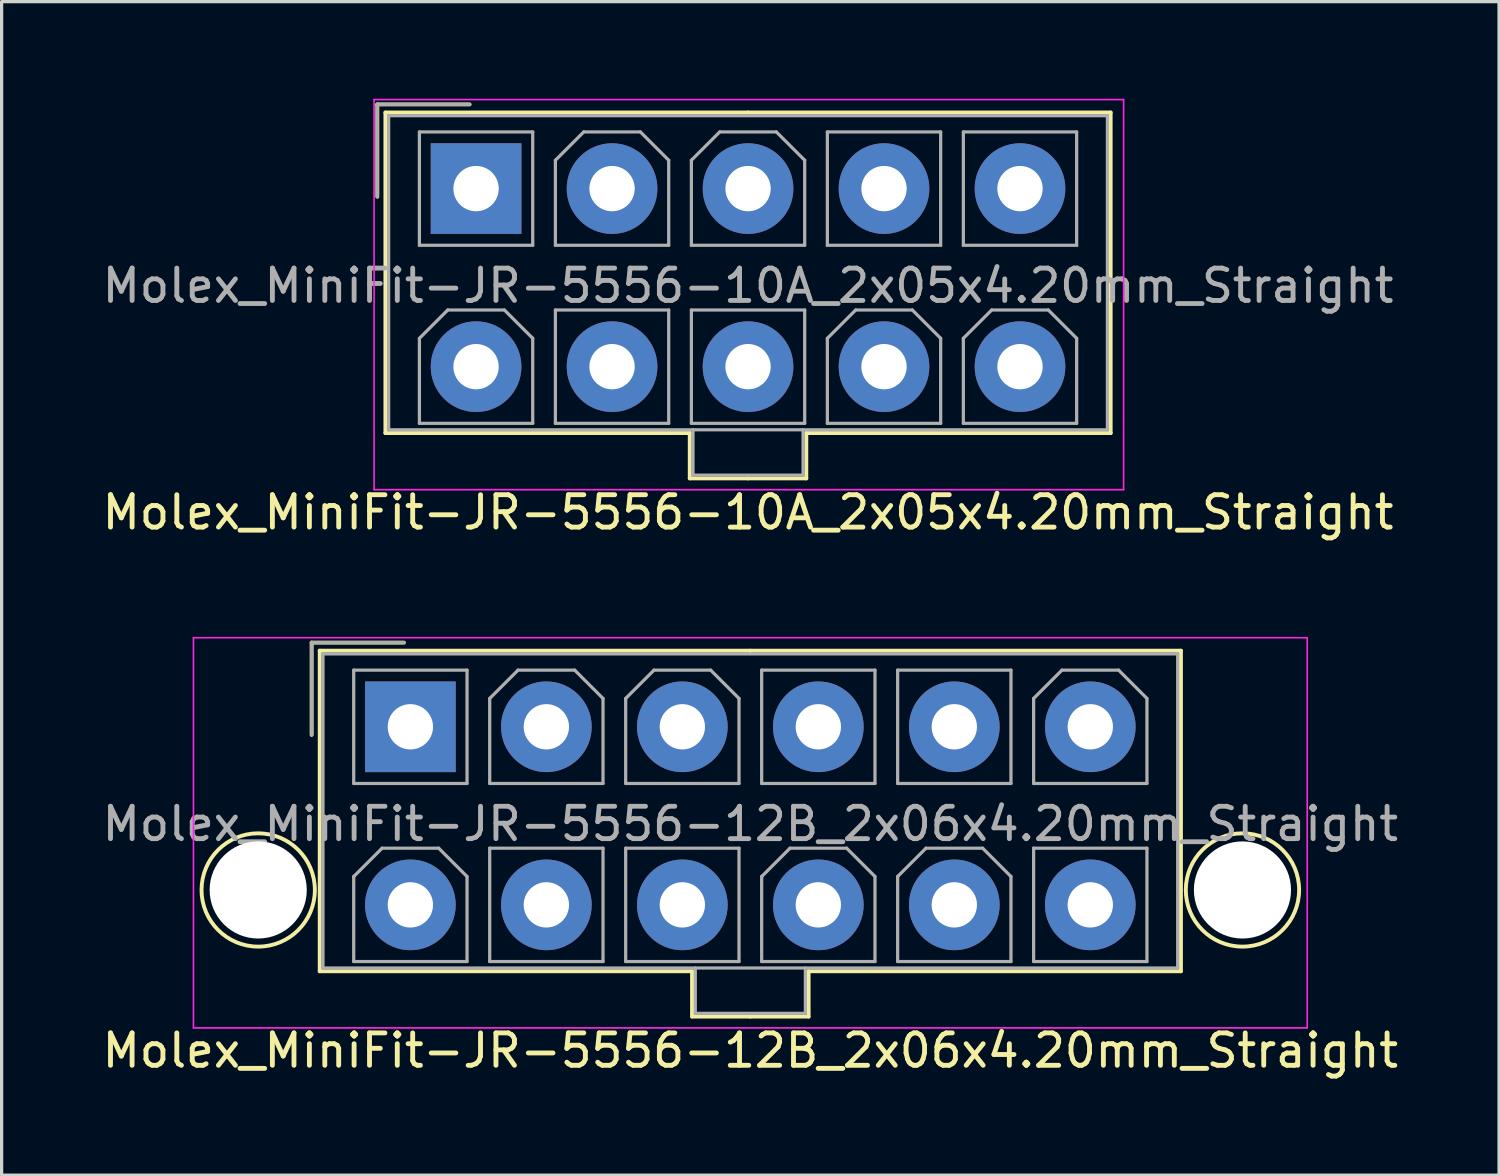
<source format=kicad_pcb>
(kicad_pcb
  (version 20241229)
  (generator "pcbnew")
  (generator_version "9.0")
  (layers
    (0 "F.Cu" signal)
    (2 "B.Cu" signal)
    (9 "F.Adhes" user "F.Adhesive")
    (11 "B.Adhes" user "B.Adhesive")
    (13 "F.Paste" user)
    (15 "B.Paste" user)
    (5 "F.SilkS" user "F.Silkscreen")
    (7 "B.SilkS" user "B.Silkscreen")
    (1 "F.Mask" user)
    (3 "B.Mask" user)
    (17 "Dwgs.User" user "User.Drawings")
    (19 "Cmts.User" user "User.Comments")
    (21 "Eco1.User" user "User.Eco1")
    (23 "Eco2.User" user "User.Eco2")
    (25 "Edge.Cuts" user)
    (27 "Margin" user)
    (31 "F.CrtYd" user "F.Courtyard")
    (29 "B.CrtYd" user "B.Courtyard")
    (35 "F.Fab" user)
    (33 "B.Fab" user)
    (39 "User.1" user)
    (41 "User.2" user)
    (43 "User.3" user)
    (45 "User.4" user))
  (footprint "Molex_MiniFit-JR-5556-12B_2x06x4.20mm_Straight"
    (layer "F.Cu")
    (at 9.625 19.398)
    (property "Reference" "Molex_MiniFit-JR-5556-12B_2x06x4.20mm_Straight" (at 10.5 10 0) (layer "F.SilkS") (effects (font (size 1 1) (thickness 0.15))))
    (attr through_hole)
    (fp_line (start -3.05 -2.6) (end -3.05 0.25) (stroke (width 0.12) (type solid)) (layer "F.SilkS"))
    (fp_line (start -2.8 -2.35) (end -2.8 7.55) (stroke (width 0.12) (type solid)) (layer "F.SilkS"))
    (fp_line (start -2.8 7.55) (end 8.7 7.55) (stroke (width 0.12) (type solid)) (layer "F.SilkS"))
    (fp_line (start -0.2 -2.6) (end -3.05 -2.6) (stroke (width 0.12) (type solid)) (layer "F.SilkS"))
    (fp_line (start 8.7 7.55) (end 8.7 8.95) (stroke (width 0.12) (type solid)) (layer "F.SilkS"))
    (fp_line (start 8.7 8.95) (end 10.5 8.95) (stroke (width 0.12) (type solid)) (layer "F.SilkS"))
    (fp_line (start 10.5 -2.35) (end -2.8 -2.35) (stroke (width 0.12) (type solid)) (layer "F.SilkS"))
    (fp_line (start 10.5 -2.35) (end 23.8 -2.35) (stroke (width 0.12) (type solid)) (layer "F.SilkS"))
    (fp_line (start 12.3 7.55) (end 12.3 8.95) (stroke (width 0.12) (type solid)) (layer "F.SilkS"))
    (fp_line (start 12.3 8.95) (end 10.5 8.95) (stroke (width 0.12) (type solid)) (layer "F.SilkS"))
    (fp_line (start 23.8 -2.35) (end 23.8 7.55) (stroke (width 0.12) (type solid)) (layer "F.SilkS"))
    (fp_line (start 23.8 7.55) (end 12.3 7.55) (stroke (width 0.12) (type solid)) (layer "F.SilkS"))
    (fp_circle (center -4.7 5.04) (end -2.95 5.04) (stroke (width 0.12) (type solid)) (fill no) (layer "F.SilkS"))
    (fp_circle (center 25.7 5.04) (end 27.45 5.04) (stroke (width 0.12) (type solid)) (fill no) (layer "F.SilkS"))
    (fp_line (start -6.7 -2.75) (end -6.7 9.3) (stroke (width 0.05) (type solid)) (layer "F.CrtYd"))
    (fp_line (start -6.7 9.3) (end 27.7 9.3) (stroke (width 0.05) (type solid)) (layer "F.CrtYd"))
    (fp_line (start 27.7 -2.75) (end -6.7 -2.75) (stroke (width 0.05) (type solid)) (layer "F.CrtYd"))
    (fp_line (start 27.7 9.3) (end 27.7 -2.75) (stroke (width 0.05) (type solid)) (layer "F.CrtYd"))
    (fp_line (start -3.05 -2.6) (end -3.05 0.25) (stroke (width 0.1) (type solid)) (layer "F.Fab"))
    (fp_line (start -2.7 -2.25) (end -2.7 7.45) (stroke (width 0.1) (type solid)) (layer "F.Fab"))
    (fp_line (start -2.7 7.45) (end 23.7 7.45) (stroke (width 0.1) (type solid)) (layer "F.Fab"))
    (fp_line (start -1.75 -1.75) (end -1.75 1.75) (stroke (width 0.1) (type solid)) (layer "F.Fab"))
    (fp_line (start -1.75 1.75) (end 1.75 1.75) (stroke (width 0.1) (type solid)) (layer "F.Fab"))
    (fp_line (start -1.75 4.625) (end -0.875 3.75) (stroke (width 0.1) (type solid)) (layer "F.Fab"))
    (fp_line (start -1.75 7.25) (end -1.75 4.625) (stroke (width 0.1) (type solid)) (layer "F.Fab"))
    (fp_line (start -0.875 3.75) (end 0.875 3.75) (stroke (width 0.1) (type solid)) (layer "F.Fab"))
    (fp_line (start -0.2 -2.6) (end -3.05 -2.6) (stroke (width 0.1) (type solid)) (layer "F.Fab"))
    (fp_line (start 0.875 3.75) (end 1.75 4.625) (stroke (width 0.1) (type solid)) (layer "F.Fab"))
    (fp_line (start 1.75 -1.75) (end -1.75 -1.75) (stroke (width 0.1) (type solid)) (layer "F.Fab"))
    (fp_line (start 1.75 1.75) (end 1.75 -1.75) (stroke (width 0.1) (type solid)) (layer "F.Fab"))
    (fp_line (start 1.75 4.625) (end 1.75 7.25) (stroke (width 0.1) (type solid)) (layer "F.Fab"))
    (fp_line (start 1.75 7.25) (end -1.75 7.25) (stroke (width 0.1) (type solid)) (layer "F.Fab"))
    (fp_line (start 2.45 -0.875) (end 3.325 -1.75) (stroke (width 0.1) (type solid)) (layer "F.Fab"))
    (fp_line (start 2.45 1.75) (end 2.45 -0.875) (stroke (width 0.1) (type solid)) (layer "F.Fab"))
    (fp_line (start 2.45 3.75) (end 2.45 7.25) (stroke (width 0.1) (type solid)) (layer "F.Fab"))
    (fp_line (start 2.45 7.25) (end 5.95 7.25) (stroke (width 0.1) (type solid)) (layer "F.Fab"))
    (fp_line (start 3.325 -1.75) (end 5.075 -1.75) (stroke (width 0.1) (type solid)) (layer "F.Fab"))
    (fp_line (start 5.075 -1.75) (end 5.95 -0.875) (stroke (width 0.1) (type solid)) (layer "F.Fab"))
    (fp_line (start 5.95 -0.875) (end 5.95 1.75) (stroke (width 0.1) (type solid)) (layer "F.Fab"))
    (fp_line (start 5.95 1.75) (end 2.45 1.75) (stroke (width 0.1) (type solid)) (layer "F.Fab"))
    (fp_line (start 5.95 3.75) (end 2.45 3.75) (stroke (width 0.1) (type solid)) (layer "F.Fab"))
    (fp_line (start 5.95 7.25) (end 5.95 3.75) (stroke (width 0.1) (type solid)) (layer "F.Fab"))
    (fp_line (start 6.65 -0.875) (end 7.525 -1.75) (stroke (width 0.1) (type solid)) (layer "F.Fab"))
    (fp_line (start 6.65 1.75) (end 6.65 -0.875) (stroke (width 0.1) (type solid)) (layer "F.Fab"))
    (fp_line (start 6.65 3.75) (end 6.65 7.25) (stroke (width 0.1) (type solid)) (layer "F.Fab"))
    (fp_line (start 6.65 7.25) (end 10.15 7.25) (stroke (width 0.1) (type solid)) (layer "F.Fab"))
    (fp_line (start 7.525 -1.75) (end 9.275 -1.75) (stroke (width 0.1) (type solid)) (layer "F.Fab"))
    (fp_line (start 8.8 7.45) (end 8.8 8.85) (stroke (width 0.1) (type solid)) (layer "F.Fab"))
    (fp_line (start 8.8 8.85) (end 12.2 8.85) (stroke (width 0.1) (type solid)) (layer "F.Fab"))
    (fp_line (start 9.275 -1.75) (end 10.15 -0.875) (stroke (width 0.1) (type solid)) (layer "F.Fab"))
    (fp_line (start 10.15 -0.875) (end 10.15 1.75) (stroke (width 0.1) (type solid)) (layer "F.Fab"))
    (fp_line (start 10.15 1.75) (end 6.65 1.75) (stroke (width 0.1) (type solid)) (layer "F.Fab"))
    (fp_line (start 10.15 3.75) (end 6.65 3.75) (stroke (width 0.1) (type solid)) (layer "F.Fab"))
    (fp_line (start 10.15 7.25) (end 10.15 3.75) (stroke (width 0.1) (type solid)) (layer "F.Fab"))
    (fp_line (start 10.85 -1.75) (end 10.85 1.75) (stroke (width 0.1) (type solid)) (layer "F.Fab"))
    (fp_line (start 10.85 1.75) (end 14.35 1.75) (stroke (width 0.1) (type solid)) (layer "F.Fab"))
    (fp_line (start 10.85 4.625) (end 11.725 3.75) (stroke (width 0.1) (type solid)) (layer "F.Fab"))
    (fp_line (start 10.85 7.25) (end 10.85 4.625) (stroke (width 0.1) (type solid)) (layer "F.Fab"))
    (fp_line (start 11.725 3.75) (end 13.475 3.75) (stroke (width 0.1) (type solid)) (layer "F.Fab"))
    (fp_line (start 12.2 8.85) (end 12.2 7.45) (stroke (width 0.1) (type solid)) (layer "F.Fab"))
    (fp_line (start 13.475 3.75) (end 14.35 4.625) (stroke (width 0.1) (type solid)) (layer "F.Fab"))
    (fp_line (start 14.35 -1.75) (end 10.85 -1.75) (stroke (width 0.1) (type solid)) (layer "F.Fab"))
    (fp_line (start 14.35 1.75) (end 14.35 -1.75) (stroke (width 0.1) (type solid)) (layer "F.Fab"))
    (fp_line (start 14.35 4.625) (end 14.35 7.25) (stroke (width 0.1) (type solid)) (layer "F.Fab"))
    (fp_line (start 14.35 7.25) (end 10.85 7.25) (stroke (width 0.1) (type solid)) (layer "F.Fab"))
    (fp_line (start 15.05 -1.75) (end 15.05 1.75) (stroke (width 0.1) (type solid)) (layer "F.Fab"))
    (fp_line (start 15.05 1.75) (end 18.55 1.75) (stroke (width 0.1) (type solid)) (layer "F.Fab"))
    (fp_line (start 15.05 4.625) (end 15.925 3.75) (stroke (width 0.1) (type solid)) (layer "F.Fab"))
    (fp_line (start 15.05 7.25) (end 15.05 4.625) (stroke (width 0.1) (type solid)) (layer "F.Fab"))
    (fp_line (start 15.925 3.75) (end 17.675 3.75) (stroke (width 0.1) (type solid)) (layer "F.Fab"))
    (fp_line (start 17.675 3.75) (end 18.55 4.625) (stroke (width 0.1) (type solid)) (layer "F.Fab"))
    (fp_line (start 18.55 -1.75) (end 15.05 -1.75) (stroke (width 0.1) (type solid)) (layer "F.Fab"))
    (fp_line (start 18.55 1.75) (end 18.55 -1.75) (stroke (width 0.1) (type solid)) (layer "F.Fab"))
    (fp_line (start 18.55 4.625) (end 18.55 7.25) (stroke (width 0.1) (type solid)) (layer "F.Fab"))
    (fp_line (start 18.55 7.25) (end 15.05 7.25) (stroke (width 0.1) (type solid)) (layer "F.Fab"))
    (fp_line (start 19.25 -0.875) (end 20.125 -1.75) (stroke (width 0.1) (type solid)) (layer "F.Fab"))
    (fp_line (start 19.25 1.75) (end 19.25 -0.875) (stroke (width 0.1) (type solid)) (layer "F.Fab"))
    (fp_line (start 19.25 3.75) (end 19.25 7.25) (stroke (width 0.1) (type solid)) (layer "F.Fab"))
    (fp_line (start 19.25 7.25) (end 22.75 7.25) (stroke (width 0.1) (type solid)) (layer "F.Fab"))
    (fp_line (start 20.125 -1.75) (end 21.875 -1.75) (stroke (width 0.1) (type solid)) (layer "F.Fab"))
    (fp_line (start 21.875 -1.75) (end 22.75 -0.875) (stroke (width 0.1) (type solid)) (layer "F.Fab"))
    (fp_line (start 22.75 -0.875) (end 22.75 1.75) (stroke (width 0.1) (type solid)) (layer "F.Fab"))
    (fp_line (start 22.75 1.75) (end 19.25 1.75) (stroke (width 0.1) (type solid)) (layer "F.Fab"))
    (fp_line (start 22.75 3.75) (end 19.25 3.75) (stroke (width 0.1) (type solid)) (layer "F.Fab"))
    (fp_line (start 22.75 7.25) (end 22.75 3.75) (stroke (width 0.1) (type solid)) (layer "F.Fab"))
    (fp_line (start 23.7 -2.25) (end -2.7 -2.25) (stroke (width 0.1) (type solid)) (layer "F.Fab"))
    (fp_line (start 23.7 7.45) (end 23.7 -2.25) (stroke (width 0.1) (type solid)) (layer "F.Fab"))
    (fp_text user "${REFERENCE}" (at 10.5 3 0) (layer "F.Fab") (effects (font (size 1 1) (thickness 0.15))))
    (pad "" np_thru_hole circle (at -4.7 5.04) (size 3 3) (drill 3) (layers "*.Cu" "*.Mask"))
    (pad "" np_thru_hole circle (at 25.7 5.04) (size 3 3) (drill 3) (layers "*.Cu" "*.Mask"))
    (pad "1" thru_hole rect (at 0 0) (size 2.8 2.8) (drill 1.4) (layers "*.Cu" "*.Mask"))
    (pad "2" thru_hole circle (at 4.2 0) (size 2.8 2.8) (drill 1.4) (layers "*.Cu" "*.Mask"))
    (pad "3" thru_hole circle (at 8.4 0) (size 2.8 2.8) (drill 1.4) (layers "*.Cu" "*.Mask"))
    (pad "4" thru_hole circle (at 12.6 0) (size 2.8 2.8) (drill 1.4) (layers "*.Cu" "*.Mask"))
    (pad "5" thru_hole circle (at 16.8 0) (size 2.8 2.8) (drill 1.4) (layers "*.Cu" "*.Mask"))
    (pad "6" thru_hole circle (at 21 0) (size 2.8 2.8) (drill 1.4) (layers "*.Cu" "*.Mask"))
    (pad "7" thru_hole circle (at 0 5.5) (size 2.8 2.8) (drill 1.4) (layers "*.Cu" "*.Mask"))
    (pad "8" thru_hole circle (at 4.2 5.5) (size 2.8 2.8) (drill 1.4) (layers "*.Cu" "*.Mask"))
    (pad "9" thru_hole circle (at 8.4 5.5) (size 2.8 2.8) (drill 1.4) (layers "*.Cu" "*.Mask"))
    (pad "10" thru_hole circle (at 12.6 5.5) (size 2.8 2.8) (drill 1.4) (layers "*.Cu" "*.Mask"))
    (pad "11" thru_hole circle (at 16.8 5.5) (size 2.8 2.8) (drill 1.4) (layers "*.Cu" "*.Mask"))
    (pad "12" thru_hole circle (at 21 5.5) (size 2.8 2.8) (drill 1.4) (layers "*.Cu" "*.Mask")))
  (footprint "Molex_MiniFit-JR-5556-10A_2x05x4.20mm_Straight"
    (layer "F.Cu")
    (at 11.654 2.775)
    (property "Reference" "Molex_MiniFit-JR-5556-10A_2x05x4.20mm_Straight" (at 8.4 10 0) (layer "F.SilkS") (effects (font (size 1 1) (thickness 0.15))))
    (attr through_hole)
    (fp_line (start -3.05 -2.6) (end -3.05 0.25) (stroke (width 0.12) (type solid)) (layer "F.SilkS"))
    (fp_line (start -2.8 -2.35) (end -2.8 7.55) (stroke (width 0.12) (type solid)) (layer "F.SilkS"))
    (fp_line (start -2.8 7.55) (end 6.6 7.55) (stroke (width 0.12) (type solid)) (layer "F.SilkS"))
    (fp_line (start -0.2 -2.6) (end -3.05 -2.6) (stroke (width 0.12) (type solid)) (layer "F.SilkS"))
    (fp_line (start 6.6 7.55) (end 6.6 8.95) (stroke (width 0.12) (type solid)) (layer "F.SilkS"))
    (fp_line (start 6.6 8.95) (end 8.4 8.95) (stroke (width 0.12) (type solid)) (layer "F.SilkS"))
    (fp_line (start 8.4 -2.35) (end -2.8 -2.35) (stroke (width 0.12) (type solid)) (layer "F.SilkS"))
    (fp_line (start 8.4 -2.35) (end 19.6 -2.35) (stroke (width 0.12) (type solid)) (layer "F.SilkS"))
    (fp_line (start 10.2 7.55) (end 10.2 8.95) (stroke (width 0.12) (type solid)) (layer "F.SilkS"))
    (fp_line (start 10.2 8.95) (end 8.4 8.95) (stroke (width 0.12) (type solid)) (layer "F.SilkS"))
    (fp_line (start 19.6 -2.35) (end 19.6 7.55) (stroke (width 0.12) (type solid)) (layer "F.SilkS"))
    (fp_line (start 19.6 7.55) (end 10.2 7.55) (stroke (width 0.12) (type solid)) (layer "F.SilkS"))
    (fp_line (start -3.15 -2.75) (end -3.15 9.3) (stroke (width 0.05) (type solid)) (layer "F.CrtYd"))
    (fp_line (start -3.15 9.3) (end 20 9.3) (stroke (width 0.05) (type solid)) (layer "F.CrtYd"))
    (fp_line (start 20 -2.75) (end -3.15 -2.75) (stroke (width 0.05) (type solid)) (layer "F.CrtYd"))
    (fp_line (start 20 9.3) (end 20 -2.75) (stroke (width 0.05) (type solid)) (layer "F.CrtYd"))
    (fp_line (start -3.05 -2.6) (end -3.05 0.25) (stroke (width 0.1) (type solid)) (layer "F.Fab"))
    (fp_line (start -2.7 -2.25) (end -2.7 7.45) (stroke (width 0.1) (type solid)) (layer "F.Fab"))
    (fp_line (start -2.7 7.45) (end 19.5 7.45) (stroke (width 0.1) (type solid)) (layer "F.Fab"))
    (fp_line (start -1.75 -1.75) (end -1.75 1.75) (stroke (width 0.1) (type solid)) (layer "F.Fab"))
    (fp_line (start -1.75 1.75) (end 1.75 1.75) (stroke (width 0.1) (type solid)) (layer "F.Fab"))
    (fp_line (start -1.75 4.625) (end -0.875 3.75) (stroke (width 0.1) (type solid)) (layer "F.Fab"))
    (fp_line (start -1.75 7.25) (end -1.75 4.625) (stroke (width 0.1) (type solid)) (layer "F.Fab"))
    (fp_line (start -0.875 3.75) (end 0.875 3.75) (stroke (width 0.1) (type solid)) (layer "F.Fab"))
    (fp_line (start -0.2 -2.6) (end -3.05 -2.6) (stroke (width 0.1) (type solid)) (layer "F.Fab"))
    (fp_line (start 0.875 3.75) (end 1.75 4.625) (stroke (width 0.1) (type solid)) (layer "F.Fab"))
    (fp_line (start 1.75 -1.75) (end -1.75 -1.75) (stroke (width 0.1) (type solid)) (layer "F.Fab"))
    (fp_line (start 1.75 1.75) (end 1.75 -1.75) (stroke (width 0.1) (type solid)) (layer "F.Fab"))
    (fp_line (start 1.75 4.625) (end 1.75 7.25) (stroke (width 0.1) (type solid)) (layer "F.Fab"))
    (fp_line (start 1.75 7.25) (end -1.75 7.25) (stroke (width 0.1) (type solid)) (layer "F.Fab"))
    (fp_line (start 2.45 -0.875) (end 3.325 -1.75) (stroke (width 0.1) (type solid)) (layer "F.Fab"))
    (fp_line (start 2.45 1.75) (end 2.45 -0.875) (stroke (width 0.1) (type solid)) (layer "F.Fab"))
    (fp_line (start 2.45 3.75) (end 2.45 7.25) (stroke (width 0.1) (type solid)) (layer "F.Fab"))
    (fp_line (start 2.45 7.25) (end 5.95 7.25) (stroke (width 0.1) (type solid)) (layer "F.Fab"))
    (fp_line (start 3.325 -1.75) (end 5.075 -1.75) (stroke (width 0.1) (type solid)) (layer "F.Fab"))
    (fp_line (start 5.075 -1.75) (end 5.95 -0.875) (stroke (width 0.1) (type solid)) (layer "F.Fab"))
    (fp_line (start 5.95 -0.875) (end 5.95 1.75) (stroke (width 0.1) (type solid)) (layer "F.Fab"))
    (fp_line (start 5.95 1.75) (end 2.45 1.75) (stroke (width 0.1) (type solid)) (layer "F.Fab"))
    (fp_line (start 5.95 3.75) (end 2.45 3.75) (stroke (width 0.1) (type solid)) (layer "F.Fab"))
    (fp_line (start 5.95 7.25) (end 5.95 3.75) (stroke (width 0.1) (type solid)) (layer "F.Fab"))
    (fp_line (start 6.65 -0.875) (end 7.525 -1.75) (stroke (width 0.1) (type solid)) (layer "F.Fab"))
    (fp_line (start 6.65 1.75) (end 6.65 -0.875) (stroke (width 0.1) (type solid)) (layer "F.Fab"))
    (fp_line (start 6.65 3.75) (end 6.65 7.25) (stroke (width 0.1) (type solid)) (layer "F.Fab"))
    (fp_line (start 6.65 7.25) (end 10.15 7.25) (stroke (width 0.1) (type solid)) (layer "F.Fab"))
    (fp_line (start 6.7 7.45) (end 6.7 8.85) (stroke (width 0.1) (type solid)) (layer "F.Fab"))
    (fp_line (start 6.7 8.85) (end 10.1 8.85) (stroke (width 0.1) (type solid)) (layer "F.Fab"))
    (fp_line (start 7.525 -1.75) (end 9.275 -1.75) (stroke (width 0.1) (type solid)) (layer "F.Fab"))
    (fp_line (start 9.275 -1.75) (end 10.15 -0.875) (stroke (width 0.1) (type solid)) (layer "F.Fab"))
    (fp_line (start 10.1 8.85) (end 10.1 7.45) (stroke (width 0.1) (type solid)) (layer "F.Fab"))
    (fp_line (start 10.15 -0.875) (end 10.15 1.75) (stroke (width 0.1) (type solid)) (layer "F.Fab"))
    (fp_line (start 10.15 1.75) (end 6.65 1.75) (stroke (width 0.1) (type solid)) (layer "F.Fab"))
    (fp_line (start 10.15 3.75) (end 6.65 3.75) (stroke (width 0.1) (type solid)) (layer "F.Fab"))
    (fp_line (start 10.15 7.25) (end 10.15 3.75) (stroke (width 0.1) (type solid)) (layer "F.Fab"))
    (fp_line (start 10.85 -1.75) (end 10.85 1.75) (stroke (width 0.1) (type solid)) (layer "F.Fab"))
    (fp_line (start 10.85 1.75) (end 14.35 1.75) (stroke (width 0.1) (type solid)) (layer "F.Fab"))
    (fp_line (start 10.85 4.625) (end 11.725 3.75) (stroke (width 0.1) (type solid)) (layer "F.Fab"))
    (fp_line (start 10.85 7.25) (end 10.85 4.625) (stroke (width 0.1) (type solid)) (layer "F.Fab"))
    (fp_line (start 11.725 3.75) (end 13.475 3.75) (stroke (width 0.1) (type solid)) (layer "F.Fab"))
    (fp_line (start 13.475 3.75) (end 14.35 4.625) (stroke (width 0.1) (type solid)) (layer "F.Fab"))
    (fp_line (start 14.35 -1.75) (end 10.85 -1.75) (stroke (width 0.1) (type solid)) (layer "F.Fab"))
    (fp_line (start 14.35 1.75) (end 14.35 -1.75) (stroke (width 0.1) (type solid)) (layer "F.Fab"))
    (fp_line (start 14.35 4.625) (end 14.35 7.25) (stroke (width 0.1) (type solid)) (layer "F.Fab"))
    (fp_line (start 14.35 7.25) (end 10.85 7.25) (stroke (width 0.1) (type solid)) (layer "F.Fab"))
    (fp_line (start 15.05 -1.75) (end 15.05 1.75) (stroke (width 0.1) (type solid)) (layer "F.Fab"))
    (fp_line (start 15.05 1.75) (end 18.55 1.75) (stroke (width 0.1) (type solid)) (layer "F.Fab"))
    (fp_line (start 15.05 4.625) (end 15.925 3.75) (stroke (width 0.1) (type solid)) (layer "F.Fab"))
    (fp_line (start 15.05 7.25) (end 15.05 4.625) (stroke (width 0.1) (type solid)) (layer "F.Fab"))
    (fp_line (start 15.925 3.75) (end 17.675 3.75) (stroke (width 0.1) (type solid)) (layer "F.Fab"))
    (fp_line (start 17.675 3.75) (end 18.55 4.625) (stroke (width 0.1) (type solid)) (layer "F.Fab"))
    (fp_line (start 18.55 -1.75) (end 15.05 -1.75) (stroke (width 0.1) (type solid)) (layer "F.Fab"))
    (fp_line (start 18.55 1.75) (end 18.55 -1.75) (stroke (width 0.1) (type solid)) (layer "F.Fab"))
    (fp_line (start 18.55 4.625) (end 18.55 7.25) (stroke (width 0.1) (type solid)) (layer "F.Fab"))
    (fp_line (start 18.55 7.25) (end 15.05 7.25) (stroke (width 0.1) (type solid)) (layer "F.Fab"))
    (fp_line (start 19.5 -2.25) (end -2.7 -2.25) (stroke (width 0.1) (type solid)) (layer "F.Fab"))
    (fp_line (start 19.5 7.45) (end 19.5 -2.25) (stroke (width 0.1) (type solid)) (layer "F.Fab"))
    (fp_text user "${REFERENCE}" (at 8.4 3 0) (layer "F.Fab") (effects (font (size 1 1) (thickness 0.15))))
    (pad "1" thru_hole rect (at 0 0) (size 2.8 2.8) (drill 1.4) (layers "*.Cu" "*.Mask"))
    (pad "2" thru_hole circle (at 4.2 0) (size 2.8 2.8) (drill 1.4) (layers "*.Cu" "*.Mask"))
    (pad "3" thru_hole circle (at 8.4 0) (size 2.8 2.8) (drill 1.4) (layers "*.Cu" "*.Mask"))
    (pad "4" thru_hole circle (at 12.6 0) (size 2.8 2.8) (drill 1.4) (layers "*.Cu" "*.Mask"))
    (pad "5" thru_hole circle (at 16.8 0) (size 2.8 2.8) (drill 1.4) (layers "*.Cu" "*.Mask"))
    (pad "6" thru_hole circle (at 0 5.5) (size 2.8 2.8) (drill 1.4) (layers "*.Cu" "*.Mask"))
    (pad "7" thru_hole circle (at 4.2 5.5) (size 2.8 2.8) (drill 1.4) (layers "*.Cu" "*.Mask"))
    (pad "8" thru_hole circle (at 8.4 5.5) (size 2.8 2.8) (drill 1.4) (layers "*.Cu" "*.Mask"))
    (pad "9" thru_hole circle (at 12.6 5.5) (size 2.8 2.8) (drill 1.4) (layers "*.Cu" "*.Mask"))
    (pad "10" thru_hole circle (at 16.8 5.5) (size 2.8 2.8) (drill 1.4) (layers "*.Cu" "*.Mask")))
  (gr_rect
    (start -3 -3)
    (end 43.25 33.246)
    (stroke (width 0.1) (type default))
    (fill no)
    (layer "Edge.Cuts")))
</source>
